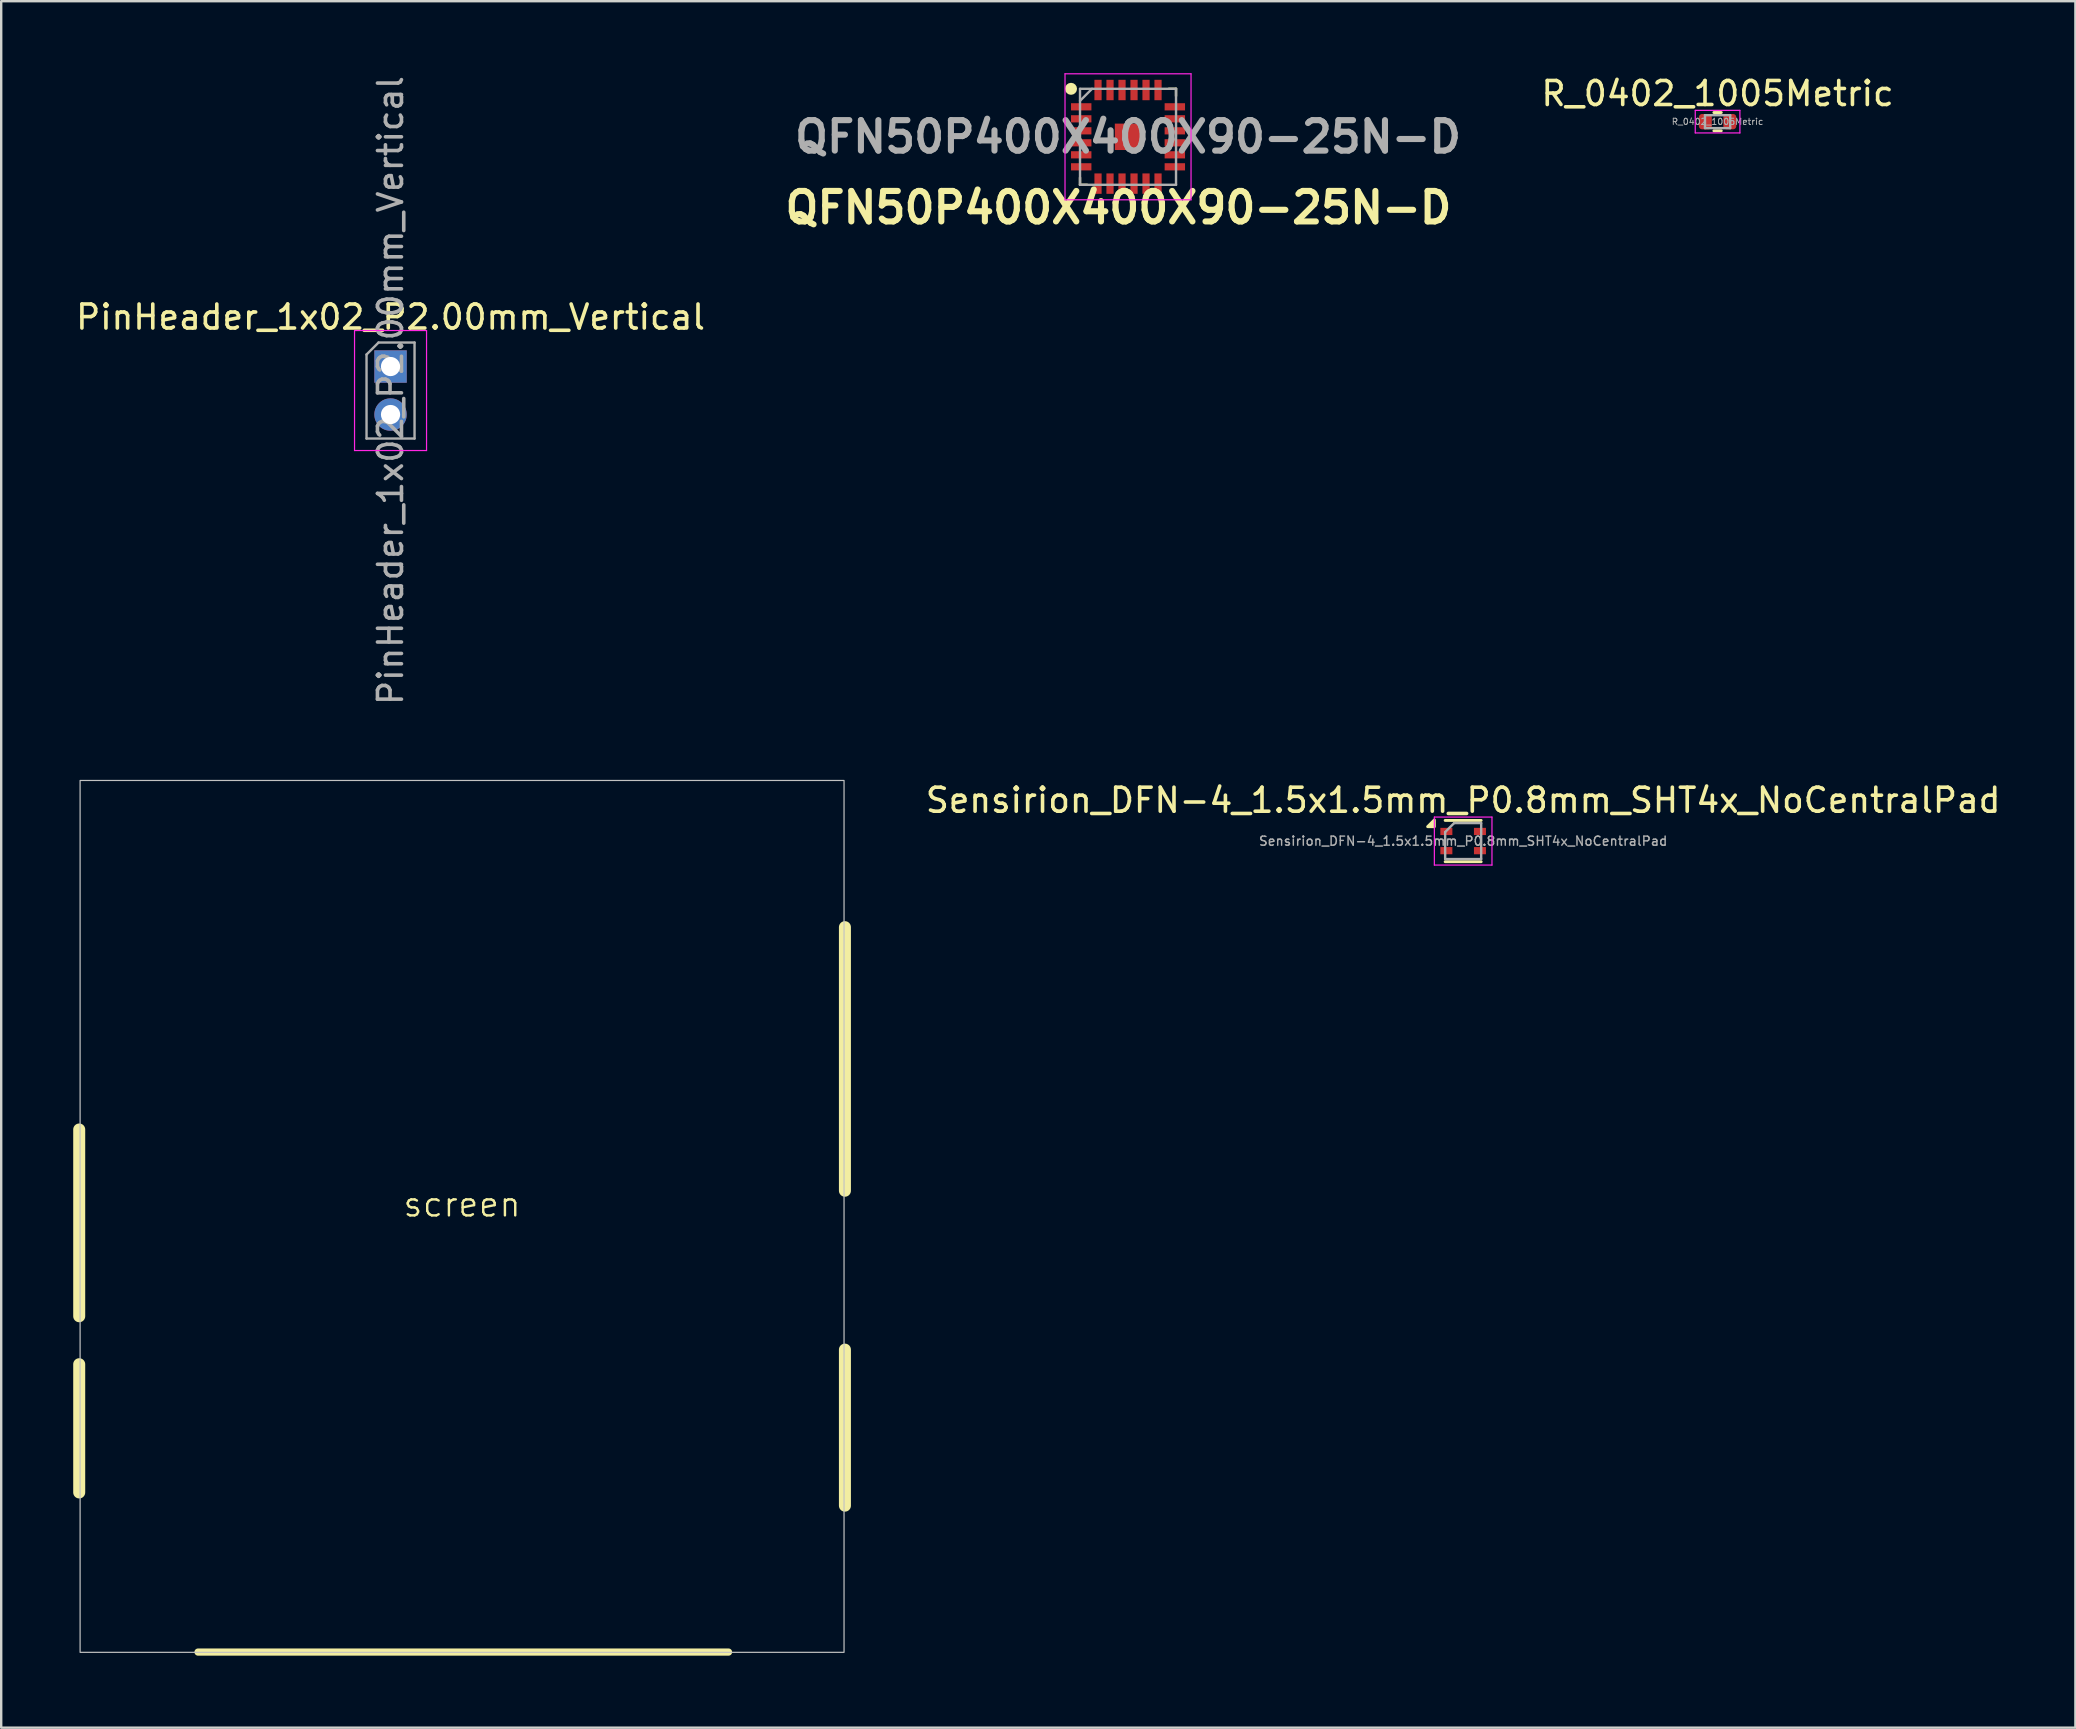
<source format=kicad_pcb>
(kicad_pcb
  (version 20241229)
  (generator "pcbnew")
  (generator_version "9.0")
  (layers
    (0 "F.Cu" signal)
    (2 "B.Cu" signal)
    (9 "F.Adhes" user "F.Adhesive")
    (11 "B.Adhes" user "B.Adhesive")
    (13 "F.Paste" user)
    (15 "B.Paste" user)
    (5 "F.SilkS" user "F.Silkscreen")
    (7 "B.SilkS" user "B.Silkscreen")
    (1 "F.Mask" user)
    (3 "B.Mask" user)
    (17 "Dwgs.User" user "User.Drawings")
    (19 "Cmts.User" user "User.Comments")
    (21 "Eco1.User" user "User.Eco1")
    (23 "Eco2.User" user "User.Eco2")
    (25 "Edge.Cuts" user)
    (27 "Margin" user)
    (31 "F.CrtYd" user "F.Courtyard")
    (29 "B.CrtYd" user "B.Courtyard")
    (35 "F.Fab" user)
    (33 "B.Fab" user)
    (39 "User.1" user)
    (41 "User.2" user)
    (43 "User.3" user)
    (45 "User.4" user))
  (footprint "Sensirion_DFN-4_1.5x1.5mm_P0.8mm_SHT4x_NoCentralPad"
    (layer "F.Cu")
    (at 57.906 31.989)
    (property "Reference" "Sensirion_DFN-4_1.5x1.5mm_P0.8mm_SHT4x_NoCentralPad" (at 0 -1.7 0) (layer "F.SilkS") (effects (font (size 1 1) (thickness 0.15))))
    (attr smd)
    (fp_line (start -0.75 -0.86) (end 0.75 -0.86) (stroke (width 0.12) (type solid)) (layer "F.SilkS"))
    (fp_line (start -0.75 0.86) (end 0.75 0.86) (stroke (width 0.12) (type solid)) (layer "F.SilkS"))
    (fp_poly (pts (xy -1.2 -0.6) (xy -1.48 -0.6) (xy -1.2 -0.88) (xy -1.2 -0.6)) (stroke (width 0.12) (type solid)) (fill yes) (layer "F.SilkS"))
    (fp_line (start -1.2 -1) (end -1.2 1) (stroke (width 0.05) (type solid)) (layer "F.CrtYd"))
    (fp_line (start -1.2 1) (end 1.2 1) (stroke (width 0.05) (type solid)) (layer "F.CrtYd"))
    (fp_line (start 1.2 -1) (end -1.2 -1) (stroke (width 0.05) (type solid)) (layer "F.CrtYd"))
    (fp_line (start 1.2 1) (end 1.2 -1) (stroke (width 0.05) (type solid)) (layer "F.CrtYd"))
    (fp_line (start -0.75 -0.375) (end -0.375 -0.75) (stroke (width 0.1) (type solid)) (layer "F.Fab"))
    (fp_line (start -0.75 0.75) (end -0.75 -0.375) (stroke (width 0.1) (type solid)) (layer "F.Fab"))
    (fp_line (start -0.375 -0.75) (end 0.75 -0.75) (stroke (width 0.1) (type solid)) (layer "F.Fab"))
    (fp_line (start 0.75 -0.75) (end 0.75 0.75) (stroke (width 0.1) (type solid)) (layer "F.Fab"))
    (fp_line (start 0.75 0.75) (end -0.75 0.75) (stroke (width 0.1) (type solid)) (layer "F.Fab"))
    (fp_text user "${REFERENCE}" (at 0 0 0) (layer "F.Fab") (effects (font (size 0.38 0.38) (thickness 0.06))))
    (pad "1" smd rect (at -0.7 -0.4) (size 0.5 0.3) (layers "F.Cu" "F.Mask" "F.Paste"))
    (pad "2" smd rect (at -0.7 0.4) (size 0.5 0.3) (layers "F.Cu" "F.Mask" "F.Paste"))
    (pad "3" smd rect (at 0.7 0.4) (size 0.5 0.3) (layers "F.Cu" "F.Mask" "F.Paste"))
    (pad "4" smd rect (at 0.7 -0.4) (size 0.5 0.3) (layers "F.Cu" "F.Mask" "F.Paste")))
  (footprint "R_0402_1005Metric"
    (layer "F.Cu")
    (at 68.505 2.018)
    (property "Reference" "R_0402_1005Metric" (at 0 -1.17 0) (layer "F.SilkS") (effects (font (size 1 1) (thickness 0.15))))
    (attr smd)
    (fp_line (start -0.154 -0.38) (end 0.154 -0.38) (stroke (width 0.12) (type solid)) (layer "F.SilkS"))
    (fp_line (start -0.154 0.38) (end 0.154 0.38) (stroke (width 0.12) (type solid)) (layer "F.SilkS"))
    (fp_line (start -0.93 -0.47) (end 0.93 -0.47) (stroke (width 0.05) (type solid)) (layer "F.CrtYd"))
    (fp_line (start -0.93 0.47) (end -0.93 -0.47) (stroke (width 0.05) (type solid)) (layer "F.CrtYd"))
    (fp_line (start 0.93 -0.47) (end 0.93 0.47) (stroke (width 0.05) (type solid)) (layer "F.CrtYd"))
    (fp_line (start 0.93 0.47) (end -0.93 0.47) (stroke (width 0.05) (type solid)) (layer "F.CrtYd"))
    (fp_line (start -0.525 -0.27) (end 0.525 -0.27) (stroke (width 0.1) (type solid)) (layer "F.Fab"))
    (fp_line (start -0.525 0.27) (end -0.525 -0.27) (stroke (width 0.1) (type solid)) (layer "F.Fab"))
    (fp_line (start 0.525 -0.27) (end 0.525 0.27) (stroke (width 0.1) (type solid)) (layer "F.Fab"))
    (fp_line (start 0.525 0.27) (end -0.525 0.27) (stroke (width 0.1) (type solid)) (layer "F.Fab"))
    (fp_text user "${REFERENCE}" (at 0 0 0) (layer "F.Fab") (effects (font (size 0.26 0.26) (thickness 0.04))))
    (pad "1" smd roundrect (at -0.51 0) (size 0.54 0.64) (layers "F.Cu" "F.Mask" "F.Paste") (roundrect_rratio 0.25))
    (pad "2" smd roundrect (at 0.51 0) (size 0.54 0.64) (layers "F.Cu" "F.Mask" "F.Paste") (roundrect_rratio 0.25)))
  (footprint "screen"
    (layer "F.Cu")
    (at 16.2 47.626)
    (property "Reference" "screen" (at 0 -0.5 0) (unlocked yes) (layer "F.SilkS") (effects (font (size 1 1) (thickness 0.1))))
    (attr board_only exclude_from_pos_files exclude_from_bom)
    (fp_line (start -15.95 -3.621) (end -15.95 4.159) (stroke (width 0.5) (type solid)) (layer "F.SilkS"))
    (fp_line (start -15.95 6.158) (end -15.95 11.5) (stroke (width 0.5) (type solid)) (layer "F.SilkS"))
    (fp_line (start -11 18.15) (end 11.1 18.15) (stroke (width 0.3) (type solid)) (layer "F.SilkS"))
    (fp_line (start 15.95 -12.05) (end 15.95 -1.07) (stroke (width 0.5) (type solid)) (layer "F.SilkS"))
    (fp_line (start 15.95 5.55) (end 15.95 12.05) (stroke (width 0.5) (type solid)) (layer "F.SilkS"))
    (fp_rect (start -15.913 -18.161) (end 15.913 18.161) (stroke (width 0.05) (type solid)) (fill no) (layer "Dwgs.User")))
  (footprint "PinHeader_1x02_P2.00mm_Vertical"
    (layer "F.Cu")
    (at 13.22 12.22)
    (property "Reference" "PinHeader_1x02_P2.00mm_Vertical" (at 0 -2.06 180) (layer "F.SilkS") (effects (font (size 1 1) (thickness 0.15))))
    (attr through_hole)
    (fp_line (start -1.5 -1.5) (end -1.5 3.5) (stroke (width 0.05) (type solid)) (layer "F.CrtYd"))
    (fp_line (start -1.5 3.5) (end 1.5 3.5) (stroke (width 0.05) (type solid)) (layer "F.CrtYd"))
    (fp_line (start 1.5 -1.5) (end -1.5 -1.5) (stroke (width 0.05) (type solid)) (layer "F.CrtYd"))
    (fp_line (start 1.5 3.5) (end 1.5 -1.5) (stroke (width 0.05) (type solid)) (layer "F.CrtYd"))
    (fp_line (start -1 -0.5) (end -0.5 -1) (stroke (width 0.1) (type solid)) (layer "F.Fab"))
    (fp_line (start -1 3) (end -1 -0.5) (stroke (width 0.1) (type solid)) (layer "F.Fab"))
    (fp_line (start -0.5 -1) (end 1 -1) (stroke (width 0.1) (type solid)) (layer "F.Fab"))
    (fp_line (start 1 -1) (end 1 3) (stroke (width 0.1) (type solid)) (layer "F.Fab"))
    (fp_line (start 1 3) (end -1 3) (stroke (width 0.1) (type solid)) (layer "F.Fab"))
    (fp_text user "${REFERENCE}" (at 0 1 90) (layer "F.Fab") (effects (font (size 1 1) (thickness 0.15))))
    (pad "1" thru_hole rect (at 0 0) (size 1.35 1.35) (drill 0.8) (layers "*.Cu" "*.Mask"))
    (pad "2" thru_hole oval (at 0 2) (size 1.35 1.35) (drill 0.8) (layers "*.Cu" "*.Mask")))
  (footprint "QFN50P400X400X90-25N-D"
    (layer "F.Cu")
    (at 43.944 2.65)
    (property "Reference" "QFN50P400X400X90-25N-D" (at -0.4 2.95 0) (layer "F.SilkS") (effects (font (size 1.27 1.27) (thickness 0.254))))
    (attr smd)
    (fp_line (start -2 1.7) (end -2 2) (stroke (width 0.1) (type default)) (layer "F.SilkS"))
    (fp_line (start -2 2) (end -1.7 2) (stroke (width 0.1) (type default)) (layer "F.SilkS"))
    (fp_line (start 2 -2) (end 1.7 -2) (stroke (width 0.1) (type default)) (layer "F.SilkS"))
    (fp_line (start 2 -1.7) (end 2 -2) (stroke (width 0.1) (type default)) (layer "F.SilkS"))
    (fp_circle (center -2.375 -2) (end -2.375 -1.875) (stroke (width 0.25) (type solid)) (fill no) (layer "F.SilkS"))
    (fp_line (start -2.625 -2.625) (end 2.625 -2.625) (stroke (width 0.05) (type solid)) (layer "F.CrtYd"))
    (fp_line (start -2.625 2.625) (end -2.625 -2.625) (stroke (width 0.05) (type solid)) (layer "F.CrtYd"))
    (fp_line (start 2.625 -2.625) (end 2.625 2.625) (stroke (width 0.05) (type solid)) (layer "F.CrtYd"))
    (fp_line (start 2.625 2.625) (end -2.625 2.625) (stroke (width 0.05) (type solid)) (layer "F.CrtYd"))
    (fp_line (start -2 -2) (end 2 -2) (stroke (width 0.1) (type solid)) (layer "F.Fab"))
    (fp_line (start -2 -1.5) (end -1.5 -2) (stroke (width 0.1) (type solid)) (layer "F.Fab"))
    (fp_line (start -2 2) (end -2 -2) (stroke (width 0.1) (type solid)) (layer "F.Fab"))
    (fp_line (start 2 -2) (end 2 2) (stroke (width 0.1) (type solid)) (layer "F.Fab"))
    (fp_line (start 2 2) (end -2 2) (stroke (width 0.1) (type solid)) (layer "F.Fab"))
    (fp_text user "${REFERENCE}" (at 0 0 0) (layer "F.Fab") (effects (font (size 1.27 1.27) (thickness 0.254))))
    (pad "1" smd rect (at -1.95 -1.25 90) (size 0.3 0.85) (layers "F.Cu" "F.Mask" "F.Paste"))
    (pad "2" smd rect (at -1.95 -0.75 90) (size 0.3 0.85) (layers "F.Cu" "F.Mask" "F.Paste"))
    (pad "3" smd rect (at -1.95 -0.25 90) (size 0.3 0.85) (layers "F.Cu" "F.Mask" "F.Paste"))
    (pad "4" smd rect (at -1.95 0.25 90) (size 0.3 0.85) (layers "F.Cu" "F.Mask" "F.Paste"))
    (pad "5" smd rect (at -1.95 0.75 90) (size 0.3 0.85) (layers "F.Cu" "F.Mask" "F.Paste"))
    (pad "6" smd rect (at -1.95 1.25 90) (size 0.3 0.85) (layers "F.Cu" "F.Mask" "F.Paste"))
    (pad "7" smd rect (at -1.25 1.95) (size 0.3 0.85) (layers "F.Cu" "F.Mask" "F.Paste"))
    (pad "8" smd rect (at -0.75 1.95) (size 0.3 0.85) (layers "F.Cu" "F.Mask" "F.Paste"))
    (pad "9" smd rect (at -0.25 1.95) (size 0.3 0.85) (layers "F.Cu" "F.Mask" "F.Paste"))
    (pad "10" smd rect (at 0.25 1.95) (size 0.3 0.85) (layers "F.Cu" "F.Mask" "F.Paste"))
    (pad "11" smd rect (at 0.75 1.95) (size 0.3 0.85) (layers "F.Cu" "F.Mask" "F.Paste"))
    (pad "12" smd rect (at 1.25 1.95) (size 0.3 0.85) (layers "F.Cu" "F.Mask" "F.Paste"))
    (pad "13" smd rect (at 1.95 1.25 90) (size 0.3 0.85) (layers "F.Cu" "F.Mask" "F.Paste"))
    (pad "14" smd rect (at 1.95 0.75 90) (size 0.3 0.85) (layers "F.Cu" "F.Mask" "F.Paste"))
    (pad "15" smd rect (at 1.95 0.25 90) (size 0.3 0.85) (layers "F.Cu" "F.Mask" "F.Paste"))
    (pad "16" smd rect (at 1.95 -0.25 90) (size 0.3 0.85) (layers "F.Cu" "F.Mask" "F.Paste"))
    (pad "17" smd rect (at 1.95 -0.75 90) (size 0.3 0.85) (layers "F.Cu" "F.Mask" "F.Paste"))
    (pad "18" smd rect (at 1.95 -1.25 90) (size 0.3 0.85) (layers "F.Cu" "F.Mask" "F.Paste"))
    (pad "19" smd rect (at 1.25 -1.95) (size 0.3 0.85) (layers "F.Cu" "F.Mask" "F.Paste"))
    (pad "20" smd rect (at 0.75 -1.95) (size 0.3 0.85) (layers "F.Cu" "F.Mask" "F.Paste"))
    (pad "21" smd rect (at 0.25 -1.95) (size 0.3 0.85) (layers "F.Cu" "F.Mask" "F.Paste"))
    (pad "22" smd rect (at -0.25 -1.95) (size 0.3 0.85) (layers "F.Cu" "F.Mask" "F.Paste"))
    (pad "23" smd rect (at -0.75 -1.95) (size 0.3 0.85) (layers "F.Cu" "F.Mask" "F.Paste"))
    (pad "24" smd rect (at -1.25 -1.95) (size 0.3 0.85) (layers "F.Cu" "F.Mask" "F.Paste"))
    (pad "25" smd rect (at 0 0) (size 1.1 1.1) (layers "F.Cu" "F.Mask" "F.Paste")))
  (gr_rect
    (start -3 -3)
    (end 83.412 68.926)
    (stroke (width 0.1) (type default))
    (fill no)
    (layer "Edge.Cuts")))
</source>
